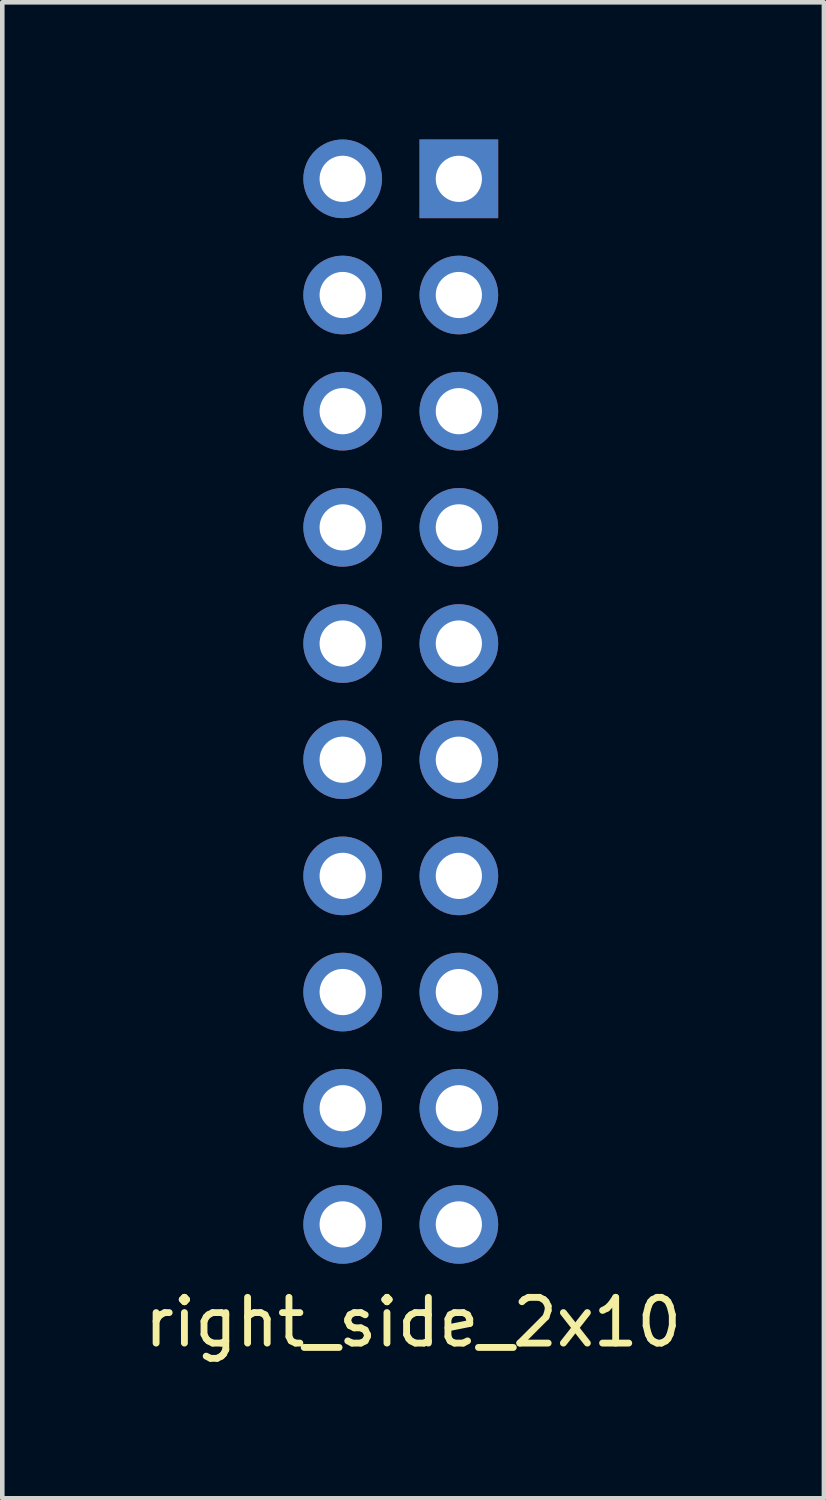
<source format=kicad_pcb>
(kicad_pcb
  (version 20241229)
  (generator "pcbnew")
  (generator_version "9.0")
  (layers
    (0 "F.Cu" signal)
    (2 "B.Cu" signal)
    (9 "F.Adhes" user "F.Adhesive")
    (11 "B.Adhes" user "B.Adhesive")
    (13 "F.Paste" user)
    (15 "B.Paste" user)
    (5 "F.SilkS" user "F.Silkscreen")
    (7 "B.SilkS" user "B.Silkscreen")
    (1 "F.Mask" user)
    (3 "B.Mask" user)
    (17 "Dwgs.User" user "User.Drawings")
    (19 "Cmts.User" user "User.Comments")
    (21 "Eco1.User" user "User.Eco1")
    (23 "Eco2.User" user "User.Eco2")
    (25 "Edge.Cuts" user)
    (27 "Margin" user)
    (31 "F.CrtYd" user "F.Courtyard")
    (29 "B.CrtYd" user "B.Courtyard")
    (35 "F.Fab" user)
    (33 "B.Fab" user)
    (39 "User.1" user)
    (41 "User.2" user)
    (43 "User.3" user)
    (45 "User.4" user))
  (footprint "right_side_2x10"
    (layer "F.Cu")
    (at 6.982 0.86)
    (property "Reference" "right_side_2x10" (at -1 25 0) (layer "F.SilkS") (effects (font (size 1 1) (thickness 0.15))))
    (attr through_hole)
    (pad "1" thru_hole rect (at 0 0) (size 1.72 1.72) (drill 1.01) (layers "*.Cu" "*.Mask"))
    (pad "2" thru_hole circle (at -2.54 0) (size 1.72 1.72) (drill 1.01) (layers "*.Cu" "*.Mask"))
    (pad "3" thru_hole circle (at 0 2.54) (size 1.72 1.72) (drill 1.01) (layers "*.Cu" "*.Mask"))
    (pad "4" thru_hole circle (at -2.54 2.54) (size 1.72 1.72) (drill 1.01) (layers "*.Cu" "*.Mask"))
    (pad "5" thru_hole circle (at 0 5.08) (size 1.72 1.72) (drill 1.01) (layers "*.Cu" "*.Mask"))
    (pad "6" thru_hole circle (at -2.54 5.08) (size 1.72 1.72) (drill 1.01) (layers "*.Cu" "*.Mask"))
    (pad "7" thru_hole circle (at 0 7.62) (size 1.72 1.72) (drill 1.01) (layers "*.Cu" "*.Mask"))
    (pad "8" thru_hole circle (at -2.54 7.62) (size 1.72 1.72) (drill 1.01) (layers "*.Cu" "*.Mask"))
    (pad "9" thru_hole circle (at 0 10.16) (size 1.72 1.72) (drill 1.01) (layers "*.Cu" "*.Mask"))
    (pad "10" thru_hole circle (at -2.54 10.16) (size 1.72 1.72) (drill 1.01) (layers "*.Cu" "*.Mask"))
    (pad "11" thru_hole circle (at 0 12.7) (size 1.72 1.72) (drill 1.01) (layers "*.Cu" "*.Mask"))
    (pad "12" thru_hole circle (at -2.54 12.7) (size 1.72 1.72) (drill 1.01) (layers "*.Cu" "*.Mask"))
    (pad "13" thru_hole circle (at 0 15.24) (size 1.72 1.72) (drill 1.01) (layers "*.Cu" "*.Mask"))
    (pad "14" thru_hole circle (at -2.54 15.24) (size 1.72 1.72) (drill 1.01) (layers "*.Cu" "*.Mask"))
    (pad "15" thru_hole circle (at 0 17.78) (size 1.72 1.72) (drill 1.01) (layers "*.Cu" "*.Mask"))
    (pad "16" thru_hole circle (at -2.54 17.78) (size 1.72 1.72) (drill 1.01) (layers "*.Cu" "*.Mask"))
    (pad "17" thru_hole circle (at 0 20.32) (size 1.72 1.72) (drill 1.01) (layers "*.Cu" "*.Mask"))
    (pad "18" thru_hole circle (at -2.54 20.32) (size 1.72 1.72) (drill 1.01) (layers "*.Cu" "*.Mask"))
    (pad "19" thru_hole circle (at 0 22.86) (size 1.72 1.72) (drill 1.01) (layers "*.Cu" "*.Mask"))
    (pad "20" thru_hole circle (at -2.54 22.86) (size 1.72 1.72) (drill 1.01) (layers "*.Cu" "*.Mask")))
  (gr_rect
    (start -3 -3)
    (end 14.964 29.708)
    (stroke (width 0.1) (type default))
    (fill no)
    (layer "Edge.Cuts")))
</source>
